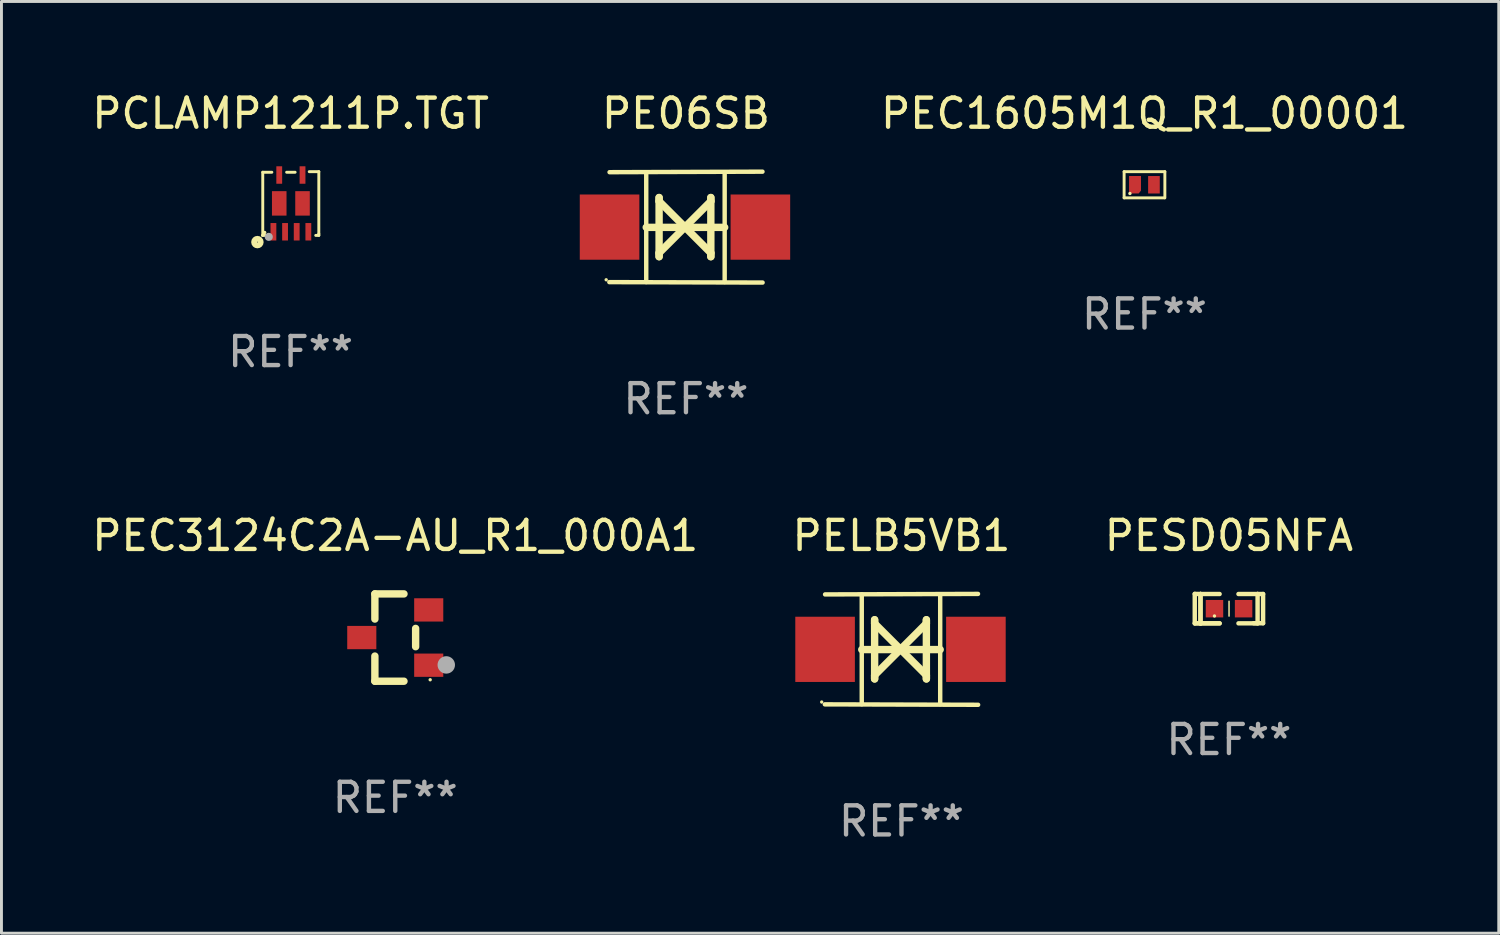
<source format=kicad_pcb>
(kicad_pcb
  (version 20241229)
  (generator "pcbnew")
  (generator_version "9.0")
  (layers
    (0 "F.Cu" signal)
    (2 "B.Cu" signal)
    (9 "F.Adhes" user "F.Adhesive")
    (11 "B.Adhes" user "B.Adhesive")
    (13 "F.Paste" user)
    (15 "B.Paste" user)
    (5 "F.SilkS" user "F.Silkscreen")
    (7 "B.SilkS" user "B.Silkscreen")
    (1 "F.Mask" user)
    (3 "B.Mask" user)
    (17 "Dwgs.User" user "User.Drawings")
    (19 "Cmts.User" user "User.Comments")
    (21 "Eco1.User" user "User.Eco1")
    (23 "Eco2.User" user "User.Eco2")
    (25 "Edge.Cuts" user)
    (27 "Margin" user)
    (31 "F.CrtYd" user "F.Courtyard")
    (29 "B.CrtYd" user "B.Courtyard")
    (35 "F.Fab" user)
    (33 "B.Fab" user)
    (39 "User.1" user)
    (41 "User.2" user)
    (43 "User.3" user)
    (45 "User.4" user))
  (footprint "PEC1605M1Q_R1_00001"
    (layer "F.Cu")
    (at 36.272 3.298)
    (property "Reference" "PEC1605M1Q_R1_00001" (at 0 -2.45 0) (layer "F.SilkS") (effects (font (size 1 1) (thickness 0.15))))
    (attr through_hole)
    (fp_line (start -0.7 -0.45) (end -0.7 0.45) (stroke (width 0.1) (type solid)) (layer "F.SilkS"))
    (fp_line (start -0.7 -0.45) (end 0.7 -0.45) (stroke (width 0.1) (type solid)) (layer "F.SilkS"))
    (fp_line (start -0.7 0.45) (end 0.69 0.45) (stroke (width 0.1) (type solid)) (layer "F.SilkS"))
    (fp_line (start 0.7 -0.45) (end 0.7 0.45) (stroke (width 0.1) (type solid)) (layer "F.SilkS"))
    (fp_circle (center -0.5 0.3) (end -0.47 0.3) (stroke (width 0.06) (type solid)) (fill no) (layer "F.SilkS"))
    (fp_text user "REF**" (at 0 4.45 0) (layer "F.Fab") (effects (font (size 1 1) (thickness 0.15))))
    (pad "1" smd custom (at -0.325 0) (size 0.41 0.6) (layers "F.Cu" "F.Mask" "F.Paste") (options (anchor circle)) (primitives (gr_poly (pts (xy -0.205 -0.3) (xy -0.205 0.3) (xy 0.125 0.3) (xy 0.205 0.2) (xy 0.205 -0.3) (xy -0.205 -0.3)) (width 0) (fill yes))))
    (pad "2" smd rect (at 0.325 0 90) (size 0.6 0.4) (layers "F.Cu" "F.Mask" "F.Paste")))
  (footprint "PEC3124C2A-AU_R1_000A1"
    (layer "F.Cu")
    (at 10.53 18.855)
    (property "Reference" "PEC3124C2A-AU_R1_000A1" (at 0 -3.5 0) (layer "F.SilkS") (effects (font (size 1 1) (thickness 0.15))))
    (attr through_hole)
    (fp_line (start -0.7 -1.5) (end 0.3 -1.5) (stroke (width 0.254) (type solid)) (layer "F.SilkS"))
    (fp_line (start -0.7 -0.636) (end -0.7 -1.5) (stroke (width 0.254) (type solid)) (layer "F.SilkS"))
    (fp_line (start -0.7 1.5) (end -0.7 0.636) (stroke (width 0.254) (type solid)) (layer "F.SilkS"))
    (fp_line (start -0.7 1.5) (end 0.3 1.5) (stroke (width 0.254) (type solid)) (layer "F.SilkS"))
    (fp_line (start 0.7 0.314) (end 0.7 -0.314) (stroke (width 0.254) (type solid)) (layer "F.SilkS"))
    (fp_circle (center 1.2 1.45) (end 1.23 1.45) (stroke (width 0.06) (type solid)) (fill no) (layer "F.SilkS"))
    (fp_circle (center 1.753 0.94) (end 1.903 0.94) (stroke (width 0.3) (type solid)) (fill no) (layer "F.Fab"))
    (fp_text user "REF**" (at 0 5.5 0) (layer "F.Fab") (effects (font (size 1 1) (thickness 0.15))))
    (pad "1" smd rect (at 1.15 0.95 180) (size 1 0.8) (layers "F.Cu" "F.Mask" "F.Paste"))
    (pad "2" smd rect (at 1.15 -0.95 180) (size 1 0.8) (layers "F.Cu" "F.Mask" "F.Paste"))
    (pad "3" smd rect (at -1.15 -0.000051 180) (size 1 0.8) (layers "F.Cu" "F.Mask" "F.Paste")))
  (footprint "PE06SB"
    (layer "F.Cu")
    (at 20.518 4.753)
    (property "Reference" "PE06SB" (at 0 -3.905 0) (layer "F.SilkS") (effects (font (size 1 1) (thickness 0.15))))
    (attr through_hole)
    (fp_line (start -1.365 1.886) (end -1.365 -1.886) (stroke (width 0.152) (type solid)) (layer "F.SilkS"))
    (fp_line (start -1.365 0.008) (end 1.33 0.008) (stroke (width 0.254) (type solid)) (layer "F.SilkS"))
    (fp_line (start -0.923 -1.016) (end -0.923 1.016) (stroke (width 0.254) (type solid)) (layer "F.SilkS"))
    (fp_line (start -0.923 -0.889) (end -0.923 -1.016) (stroke (width 0.254) (type solid)) (layer "F.SilkS"))
    (fp_line (start -0.923 0.889) (end -0.034 0) (stroke (width 0.254) (type solid)) (layer "F.SilkS"))
    (fp_line (start -0.923 1.016) (end -0.923 0.889) (stroke (width 0.254) (type solid)) (layer "F.SilkS"))
    (fp_line (start -0.034 0) (end -0.923 -0.889) (stroke (width 0.254) (type solid)) (layer "F.SilkS"))
    (fp_line (start -0.034 0) (end 0.855 0.889) (stroke (width 0.254) (type solid)) (layer "F.SilkS"))
    (fp_line (start 0.855 -1.016) (end 0.855 -0.889) (stroke (width 0.254) (type solid)) (layer "F.SilkS"))
    (fp_line (start 0.855 -0.889) (end -0.034 0) (stroke (width 0.254) (type solid)) (layer "F.SilkS"))
    (fp_line (start 0.855 0.889) (end 0.855 1.016) (stroke (width 0.254) (type solid)) (layer "F.SilkS"))
    (fp_line (start 0.855 1.016) (end 0.855 -1.016) (stroke (width 0.254) (type solid)) (layer "F.SilkS"))
    (fp_line (start 1.33 1.886) (end 1.33 -1.886) (stroke (width 0.152) (type solid)) (layer "F.SilkS"))
    (fp_line (start 2.629 -1.905) (end -2.625 -1.887) (stroke (width 0.152) (type solid)) (layer "F.SilkS"))
    (fp_line (start 2.633 1.905) (end -2.633 1.89) (stroke (width 0.152) (type solid)) (layer "F.SilkS"))
    (fp_circle (center -2.741 1.81) (end -2.711 1.81) (stroke (width 0.06) (type solid)) (fill no) (layer "F.SilkS"))
    (fp_text user "REF**" (at 0 5.905 0) (layer "F.Fab") (effects (font (size 1 1) (thickness 0.15))))
    (pad "1" smd rect (at -2.625 0) (size 2.047 2.241) (layers "F.Cu" "F.Mask" "F.Paste"))
    (pad "2" smd rect (at 2.557 0) (size 2.047 2.241) (layers "F.Cu" "F.Mask" "F.Paste")))
  (footprint "PCLAMP1211P.TGT"
    (layer "F.Cu")
    (at 6.935 3.943)
    (property "Reference" "PCLAMP1211P.TGT" (at 0 -3.095 0) (layer "F.SilkS") (effects (font (size 1 1) (thickness 0.15))))
    (attr through_hole)
    (fp_line (start -0.957 -1.075) (end -0.645 -1.075) (stroke (width 0.1) (type solid)) (layer "F.SilkS"))
    (fp_line (start -0.957 1.094) (end -0.957 -1.075) (stroke (width 0.1) (type solid)) (layer "F.SilkS"))
    (fp_line (start -0.845 1.095) (end -0.969 1.095) (stroke (width 0.1) (type solid)) (layer "F.SilkS"))
    (fp_line (start -0.137 -1.075) (end 0.155 -1.075) (stroke (width 0.1) (type solid)) (layer "F.SilkS"))
    (fp_line (start 0.639 -1.095) (end 0.969 -1.095) (stroke (width 0.1) (type solid)) (layer "F.SilkS"))
    (fp_line (start 0.969 -1.095) (end 0.969 1.045) (stroke (width 0.1) (type solid)) (layer "F.SilkS"))
    (fp_line (start 0.969 1.045) (end 0.969 1.095) (stroke (width 0.1) (type solid)) (layer "F.SilkS"))
    (fp_line (start 0.969 1.095) (end 0.863 1.095) (stroke (width 0.1) (type solid)) (layer "F.SilkS"))
    (fp_circle (center -1.141 1.325) (end -1.027 1.325) (stroke (width 0.2) (type solid)) (fill no) (layer "F.SilkS"))
    (fp_circle (center -0.891 0.995) (end -0.861 0.995) (stroke (width 0.06) (type solid)) (fill no) (layer "F.SilkS"))
    (fp_circle (center -0.751 1.145) (end -0.681 1.145) (stroke (width 0.14) (type solid)) (fill no) (layer "F.Fab"))
    (fp_text user "REF**" (at 0 5.095 0) (layer "F.Fab") (effects (font (size 1 1) (thickness 0.15))))
    (pad "1" smd rect (at -0.591 0.97) (size 0.2 0.6) (layers "F.Cu" "F.Mask" "F.Paste"))
    (pad "2" smd rect (at -0.191 0.97) (size 0.2 0.6) (layers "F.Cu" "F.Mask" "F.Paste"))
    (pad "3" smd rect (at 0.209 0.97) (size 0.2 0.6) (layers "F.Cu" "F.Mask" "F.Paste"))
    (pad "4" smd rect (at 0.609 0.97) (size 0.2 0.6) (layers "F.Cu" "F.Mask" "F.Paste"))
    (pad "5" smd rect (at 0.409 -0.98) (size 0.2 0.6) (layers "F.Cu" "F.Mask" "F.Paste"))
    (pad "6" smd rect (at -0.391 -0.98) (size 0.2 0.6) (layers "F.Cu" "F.Mask" "F.Paste"))
    (pad "7" smd rect (at -0.391 -0.005) (size 0.5 0.84) (layers "F.Cu" "F.Mask" "F.Paste"))
    (pad "8" smd rect (at 0.409 -0.005) (size 0.5 0.84) (layers "F.Cu" "F.Mask" "F.Paste")))
  (footprint "PELB5VB1"
    (layer "F.Cu")
    (at 27.923 19.26)
    (property "Reference" "PELB5VB1" (at 0 -3.905 0) (layer "F.SilkS") (effects (font (size 1 1) (thickness 0.15))))
    (attr through_hole)
    (fp_line (start -1.365 1.886) (end -1.365 -1.886) (stroke (width 0.152) (type solid)) (layer "F.SilkS"))
    (fp_line (start -1.365 0.008) (end 1.33 0.008) (stroke (width 0.254) (type solid)) (layer "F.SilkS"))
    (fp_line (start -0.923 -1.016) (end -0.923 1.016) (stroke (width 0.254) (type solid)) (layer "F.SilkS"))
    (fp_line (start -0.923 -0.889) (end -0.923 -1.016) (stroke (width 0.254) (type solid)) (layer "F.SilkS"))
    (fp_line (start -0.923 0.889) (end -0.034 0) (stroke (width 0.254) (type solid)) (layer "F.SilkS"))
    (fp_line (start -0.923 1.016) (end -0.923 0.889) (stroke (width 0.254) (type solid)) (layer "F.SilkS"))
    (fp_line (start -0.034 0) (end -0.923 -0.889) (stroke (width 0.254) (type solid)) (layer "F.SilkS"))
    (fp_line (start -0.034 0) (end 0.855 0.889) (stroke (width 0.254) (type solid)) (layer "F.SilkS"))
    (fp_line (start 0.855 -1.016) (end 0.855 -0.889) (stroke (width 0.254) (type solid)) (layer "F.SilkS"))
    (fp_line (start 0.855 -0.889) (end -0.034 0) (stroke (width 0.254) (type solid)) (layer "F.SilkS"))
    (fp_line (start 0.855 0.889) (end 0.855 1.016) (stroke (width 0.254) (type solid)) (layer "F.SilkS"))
    (fp_line (start 0.855 1.016) (end 0.855 -1.016) (stroke (width 0.254) (type solid)) (layer "F.SilkS"))
    (fp_line (start 1.33 1.886) (end 1.33 -1.886) (stroke (width 0.152) (type solid)) (layer "F.SilkS"))
    (fp_line (start 2.629 -1.905) (end -2.625 -1.887) (stroke (width 0.152) (type solid)) (layer "F.SilkS"))
    (fp_line (start 2.633 1.905) (end -2.633 1.89) (stroke (width 0.152) (type solid)) (layer "F.SilkS"))
    (fp_circle (center -2.741 1.81) (end -2.711 1.81) (stroke (width 0.06) (type solid)) (fill no) (layer "F.SilkS"))
    (fp_text user "REF**" (at 0 5.905 0) (layer "F.Fab") (effects (font (size 1 1) (thickness 0.15))))
    (pad "1" smd rect (at -2.625 0) (size 2.047 2.241) (layers "F.Cu" "F.Mask" "F.Paste"))
    (pad "2" smd rect (at 2.557 0) (size 2.047 2.241) (layers "F.Cu" "F.Mask" "F.Paste")))
  (footprint "PESD05NFA"
    (layer "F.Cu")
    (at 39.173 17.861)
    (property "Reference" "PESD05NFA" (at 0 -2.506 0) (layer "F.SilkS") (effects (font (size 1 1) (thickness 0.15))))
    (attr through_hole)
    (fp_line (start -1.174 -0.506) (end -0.977 -0.502) (stroke (width 0.152) (type solid)) (layer "F.SilkS"))
    (fp_line (start -1.174 0.506) (end -1.174 -0.506) (stroke (width 0.152) (type solid)) (layer "F.SilkS"))
    (fp_line (start -0.977 -0.502) (end -0.977 0.506) (stroke (width 0.152) (type solid)) (layer "F.SilkS"))
    (fp_line (start -0.977 -0.502) (end -0.977 0.506) (stroke (width 0.152) (type solid)) (layer "F.SilkS"))
    (fp_line (start -0.977 0.506) (end -1.166 0.506) (stroke (width 0.152) (type solid)) (layer "F.SilkS"))
    (fp_line (start -0.977 0.506) (end -0.32 0.506) (stroke (width 0.152) (type solid)) (layer "F.SilkS"))
    (fp_line (start -0.977 0.506) (end -0.32 0.506) (stroke (width 0.152) (type solid)) (layer "F.SilkS"))
    (fp_line (start -0.971 0.506) (end -1.174 0.506) (stroke (width 0.152) (type solid)) (layer "F.SilkS"))
    (fp_line (start -0.32 -0.502) (end -0.977 -0.502) (stroke (width 0.152) (type solid)) (layer "F.SilkS"))
    (fp_line (start 0.004 -0.252) (end 0.004 0.256) (stroke (width 0.051) (type solid)) (layer "F.SilkS"))
    (fp_line (start 0.328 0.506) (end 0.985 0.506) (stroke (width 0.152) (type solid)) (layer "F.SilkS"))
    (fp_line (start 0.985 -0.502) (end 0.328 -0.502) (stroke (width 0.152) (type solid)) (layer "F.SilkS"))
    (fp_line (start 0.985 -0.502) (end 1.174 -0.502) (stroke (width 0.152) (type solid)) (layer "F.SilkS"))
    (fp_line (start 0.985 0.506) (end 0.985 -0.502) (stroke (width 0.152) (type solid)) (layer "F.SilkS"))
    (fp_line (start 1.174 -0.502) (end 1.174 0.502) (stroke (width 0.152) (type solid)) (layer "F.SilkS"))
    (fp_line (start 1.174 0.502) (end 0.851 0.502) (stroke (width 0.152) (type solid)) (layer "F.SilkS"))
    (fp_circle (center -0.497 0.253) (end -0.467 0.253) (stroke (width 0.06) (type solid)) (fill no) (layer "F.SilkS"))
    (fp_text user "REF**" (at 0 4.506 0) (layer "F.Fab") (effects (font (size 1 1) (thickness 0.15))))
    (pad "1" smd rect (at -0.496 0.002) (size 0.6 0.6) (layers "F.Cu" "F.Mask" "F.Paste"))
    (pad "2" smd rect (at 0.504 0.002) (size 0.6 0.6) (layers "F.Cu" "F.Mask" "F.Paste")))
  (gr_rect
    (start -3 -3)
    (end 48.444 29.013)
    (stroke (width 0.1) (type default))
    (fill no)
    (layer "Edge.Cuts")))
</source>
